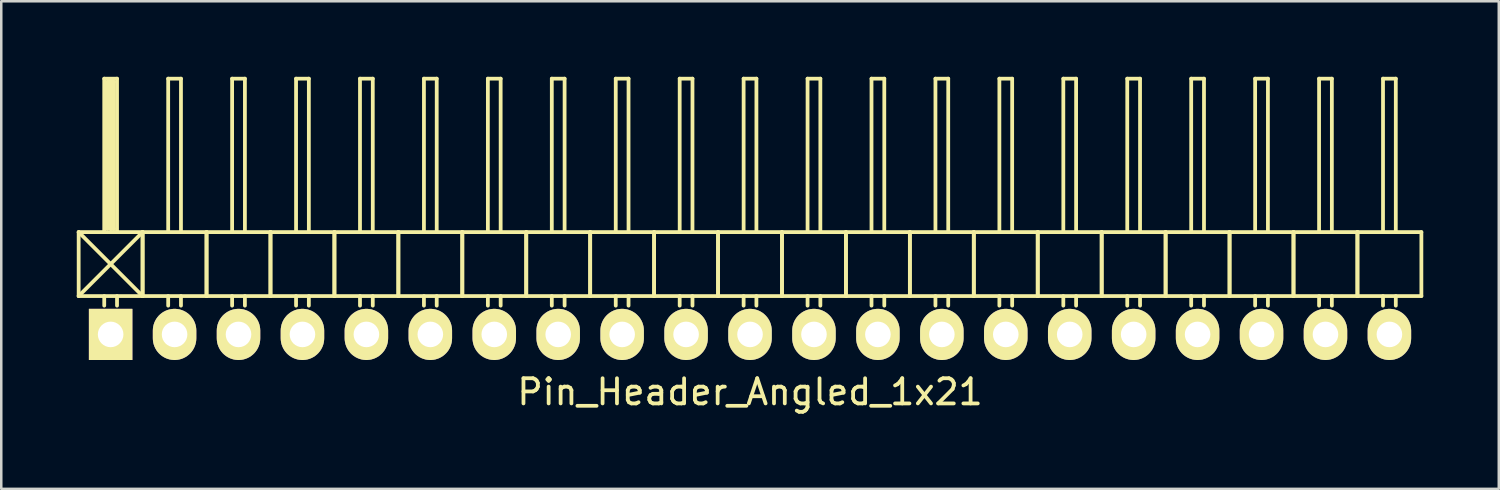
<source format=kicad_pcb>
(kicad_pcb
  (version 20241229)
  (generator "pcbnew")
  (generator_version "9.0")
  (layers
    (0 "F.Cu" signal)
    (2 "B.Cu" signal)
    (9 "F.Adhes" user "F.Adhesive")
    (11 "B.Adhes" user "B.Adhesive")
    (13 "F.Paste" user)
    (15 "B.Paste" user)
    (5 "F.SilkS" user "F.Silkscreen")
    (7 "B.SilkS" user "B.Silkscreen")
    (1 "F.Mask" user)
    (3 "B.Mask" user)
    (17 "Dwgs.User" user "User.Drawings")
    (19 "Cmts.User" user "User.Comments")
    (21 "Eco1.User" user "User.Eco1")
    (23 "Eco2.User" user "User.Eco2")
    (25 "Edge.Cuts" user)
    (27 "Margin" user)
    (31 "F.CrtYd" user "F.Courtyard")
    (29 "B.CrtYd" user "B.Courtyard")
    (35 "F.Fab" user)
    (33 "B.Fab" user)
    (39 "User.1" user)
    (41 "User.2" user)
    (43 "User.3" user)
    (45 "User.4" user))
  (footprint "Pin_Header_Angled_1x21"
    (layer "F.Cu")
    (at 26.745 10.235)
    (property "Reference" "Pin_Header_Angled_1x21" (at 0 2.286 0) (layer "F.SilkS") (effects (font (size 1 1) (thickness 0.15))))
    (attr through_hole)
    (fp_line (start -26.67 -4.064) (end -24.13 -1.524) (stroke (width 0.15) (type solid)) (layer "F.SilkS"))
    (fp_line (start -26.67 -1.524) (end -26.67 -4.064) (stroke (width 0.15) (type solid)) (layer "F.SilkS"))
    (fp_line (start -26.67 -1.524) (end -24.13 -1.524) (stroke (width 0.15) (type solid)) (layer "F.SilkS"))
    (fp_line (start -25.654 -10.16) (end -25.146 -10.16) (stroke (width 0.15) (type solid)) (layer "F.SilkS"))
    (fp_line (start -25.654 -4.064) (end -25.654 -10.16) (stroke (width 0.15) (type solid)) (layer "F.SilkS"))
    (fp_line (start -25.654 -1.524) (end -25.654 -1.143) (stroke (width 0.15) (type solid)) (layer "F.SilkS"))
    (fp_line (start -25.527 -10.033) (end -25.273 -10.033) (stroke (width 0.15) (type solid)) (layer "F.SilkS"))
    (fp_line (start -25.527 -4.191) (end -25.527 -10.033) (stroke (width 0.15) (type solid)) (layer "F.SilkS"))
    (fp_line (start -25.4 -4.191) (end -25.4 -10.033) (stroke (width 0.15) (type solid)) (layer "F.SilkS"))
    (fp_line (start -25.273 -10.033) (end -25.273 -4.191) (stroke (width 0.15) (type solid)) (layer "F.SilkS"))
    (fp_line (start -25.273 -4.191) (end -25.4 -4.191) (stroke (width 0.15) (type solid)) (layer "F.SilkS"))
    (fp_line (start -25.146 -10.16) (end -25.146 -4.064) (stroke (width 0.15) (type solid)) (layer "F.SilkS"))
    (fp_line (start -25.146 -1.524) (end -25.146 -1.143) (stroke (width 0.15) (type solid)) (layer "F.SilkS"))
    (fp_line (start -24.13 -4.064) (end -26.67 -4.064) (stroke (width 0.15) (type solid)) (layer "F.SilkS"))
    (fp_line (start -24.13 -4.064) (end -26.67 -1.524) (stroke (width 0.15) (type solid)) (layer "F.SilkS"))
    (fp_line (start -24.13 -1.524) (end -24.13 -4.064) (stroke (width 0.15) (type solid)) (layer "F.SilkS"))
    (fp_line (start -24.13 -1.524) (end -24.13 -4.064) (stroke (width 0.15) (type solid)) (layer "F.SilkS"))
    (fp_line (start -24.13 -1.524) (end -21.59 -1.524) (stroke (width 0.15) (type solid)) (layer "F.SilkS"))
    (fp_line (start -23.114 -10.16) (end -22.606 -10.16) (stroke (width 0.15) (type solid)) (layer "F.SilkS"))
    (fp_line (start -23.114 -4.064) (end -23.114 -10.16) (stroke (width 0.15) (type solid)) (layer "F.SilkS"))
    (fp_line (start -23.114 -1.524) (end -23.114 -1.143) (stroke (width 0.15) (type solid)) (layer "F.SilkS"))
    (fp_line (start -22.606 -10.16) (end -22.606 -4.064) (stroke (width 0.15) (type solid)) (layer "F.SilkS"))
    (fp_line (start -22.606 -1.524) (end -22.606 -1.143) (stroke (width 0.15) (type solid)) (layer "F.SilkS"))
    (fp_line (start -21.59 -4.064) (end -24.13 -4.064) (stroke (width 0.15) (type solid)) (layer "F.SilkS"))
    (fp_line (start -21.59 -1.524) (end -21.59 -4.064) (stroke (width 0.15) (type solid)) (layer "F.SilkS"))
    (fp_line (start -21.59 -1.524) (end -21.59 -4.064) (stroke (width 0.15) (type solid)) (layer "F.SilkS"))
    (fp_line (start -21.59 -1.524) (end -19.05 -1.524) (stroke (width 0.15) (type solid)) (layer "F.SilkS"))
    (fp_line (start -20.574 -10.16) (end -20.066 -10.16) (stroke (width 0.15) (type solid)) (layer "F.SilkS"))
    (fp_line (start -20.574 -4.064) (end -20.574 -10.16) (stroke (width 0.15) (type solid)) (layer "F.SilkS"))
    (fp_line (start -20.574 -1.524) (end -20.574 -1.143) (stroke (width 0.15) (type solid)) (layer "F.SilkS"))
    (fp_line (start -20.066 -10.16) (end -20.066 -4.064) (stroke (width 0.15) (type solid)) (layer "F.SilkS"))
    (fp_line (start -20.066 -1.524) (end -20.066 -1.143) (stroke (width 0.15) (type solid)) (layer "F.SilkS"))
    (fp_line (start -19.05 -4.064) (end -21.59 -4.064) (stroke (width 0.15) (type solid)) (layer "F.SilkS"))
    (fp_line (start -19.05 -1.524) (end -19.05 -4.064) (stroke (width 0.15) (type solid)) (layer "F.SilkS"))
    (fp_line (start -19.05 -1.524) (end -19.05 -4.064) (stroke (width 0.15) (type solid)) (layer "F.SilkS"))
    (fp_line (start -19.05 -1.524) (end -16.51 -1.524) (stroke (width 0.15) (type solid)) (layer "F.SilkS"))
    (fp_line (start -18.034 -10.16) (end -17.526 -10.16) (stroke (width 0.15) (type solid)) (layer "F.SilkS"))
    (fp_line (start -18.034 -4.064) (end -18.034 -10.16) (stroke (width 0.15) (type solid)) (layer "F.SilkS"))
    (fp_line (start -18.034 -1.524) (end -18.034 -1.143) (stroke (width 0.15) (type solid)) (layer "F.SilkS"))
    (fp_line (start -17.526 -10.16) (end -17.526 -4.064) (stroke (width 0.15) (type solid)) (layer "F.SilkS"))
    (fp_line (start -17.526 -1.524) (end -17.526 -1.143) (stroke (width 0.15) (type solid)) (layer "F.SilkS"))
    (fp_line (start -16.51 -4.064) (end -19.05 -4.064) (stroke (width 0.15) (type solid)) (layer "F.SilkS"))
    (fp_line (start -16.51 -1.524) (end -16.51 -4.064) (stroke (width 0.15) (type solid)) (layer "F.SilkS"))
    (fp_line (start -16.51 -1.524) (end -16.51 -4.064) (stroke (width 0.15) (type solid)) (layer "F.SilkS"))
    (fp_line (start -16.51 -1.524) (end -13.97 -1.524) (stroke (width 0.15) (type solid)) (layer "F.SilkS"))
    (fp_line (start -15.494 -10.16) (end -14.986 -10.16) (stroke (width 0.15) (type solid)) (layer "F.SilkS"))
    (fp_line (start -15.494 -4.064) (end -15.494 -10.16) (stroke (width 0.15) (type solid)) (layer "F.SilkS"))
    (fp_line (start -15.494 -1.524) (end -15.494 -1.143) (stroke (width 0.15) (type solid)) (layer "F.SilkS"))
    (fp_line (start -14.986 -10.16) (end -14.986 -4.064) (stroke (width 0.15) (type solid)) (layer "F.SilkS"))
    (fp_line (start -14.986 -1.524) (end -14.986 -1.143) (stroke (width 0.15) (type solid)) (layer "F.SilkS"))
    (fp_line (start -13.97 -4.064) (end -16.51 -4.064) (stroke (width 0.15) (type solid)) (layer "F.SilkS"))
    (fp_line (start -13.97 -1.524) (end -13.97 -4.064) (stroke (width 0.15) (type solid)) (layer "F.SilkS"))
    (fp_line (start -13.97 -1.524) (end -13.97 -4.064) (stroke (width 0.15) (type solid)) (layer "F.SilkS"))
    (fp_line (start -13.97 -1.524) (end -11.43 -1.524) (stroke (width 0.15) (type solid)) (layer "F.SilkS"))
    (fp_line (start -12.954 -10.16) (end -12.446 -10.16) (stroke (width 0.15) (type solid)) (layer "F.SilkS"))
    (fp_line (start -12.954 -4.064) (end -12.954 -10.16) (stroke (width 0.15) (type solid)) (layer "F.SilkS"))
    (fp_line (start -12.954 -1.524) (end -12.954 -1.143) (stroke (width 0.15) (type solid)) (layer "F.SilkS"))
    (fp_line (start -12.446 -10.16) (end -12.446 -4.064) (stroke (width 0.15) (type solid)) (layer "F.SilkS"))
    (fp_line (start -12.446 -1.524) (end -12.446 -1.143) (stroke (width 0.15) (type solid)) (layer "F.SilkS"))
    (fp_line (start -11.43 -4.064) (end -13.97 -4.064) (stroke (width 0.15) (type solid)) (layer "F.SilkS"))
    (fp_line (start -11.43 -1.524) (end -11.43 -4.064) (stroke (width 0.15) (type solid)) (layer "F.SilkS"))
    (fp_line (start -11.43 -1.524) (end -11.43 -4.064) (stroke (width 0.15) (type solid)) (layer "F.SilkS"))
    (fp_line (start -11.43 -1.524) (end -8.89 -1.524) (stroke (width 0.15) (type solid)) (layer "F.SilkS"))
    (fp_line (start -10.414 -10.16) (end -9.906 -10.16) (stroke (width 0.15) (type solid)) (layer "F.SilkS"))
    (fp_line (start -10.414 -4.064) (end -10.414 -10.16) (stroke (width 0.15) (type solid)) (layer "F.SilkS"))
    (fp_line (start -10.414 -1.524) (end -10.414 -1.143) (stroke (width 0.15) (type solid)) (layer "F.SilkS"))
    (fp_line (start -9.906 -10.16) (end -9.906 -4.064) (stroke (width 0.15) (type solid)) (layer "F.SilkS"))
    (fp_line (start -9.906 -1.524) (end -9.906 -1.143) (stroke (width 0.15) (type solid)) (layer "F.SilkS"))
    (fp_line (start -8.89 -4.064) (end -11.43 -4.064) (stroke (width 0.15) (type solid)) (layer "F.SilkS"))
    (fp_line (start -8.89 -1.524) (end -8.89 -4.064) (stroke (width 0.15) (type solid)) (layer "F.SilkS"))
    (fp_line (start -8.89 -1.524) (end -8.89 -4.064) (stroke (width 0.15) (type solid)) (layer "F.SilkS"))
    (fp_line (start -8.89 -1.524) (end -6.35 -1.524) (stroke (width 0.15) (type solid)) (layer "F.SilkS"))
    (fp_line (start -7.874 -10.16) (end -7.366 -10.16) (stroke (width 0.15) (type solid)) (layer "F.SilkS"))
    (fp_line (start -7.874 -4.064) (end -7.874 -10.16) (stroke (width 0.15) (type solid)) (layer "F.SilkS"))
    (fp_line (start -7.874 -1.524) (end -7.874 -1.143) (stroke (width 0.15) (type solid)) (layer "F.SilkS"))
    (fp_line (start -7.366 -10.16) (end -7.366 -4.064) (stroke (width 0.15) (type solid)) (layer "F.SilkS"))
    (fp_line (start -7.366 -1.524) (end -7.366 -1.143) (stroke (width 0.15) (type solid)) (layer "F.SilkS"))
    (fp_line (start -6.35 -4.064) (end -8.89 -4.064) (stroke (width 0.15) (type solid)) (layer "F.SilkS"))
    (fp_line (start -6.35 -1.524) (end -6.35 -4.064) (stroke (width 0.15) (type solid)) (layer "F.SilkS"))
    (fp_line (start -6.35 -1.524) (end -6.35 -4.064) (stroke (width 0.15) (type solid)) (layer "F.SilkS"))
    (fp_line (start -6.35 -1.524) (end -3.81 -1.524) (stroke (width 0.15) (type solid)) (layer "F.SilkS"))
    (fp_line (start -5.334 -10.16) (end -4.826 -10.16) (stroke (width 0.15) (type solid)) (layer "F.SilkS"))
    (fp_line (start -5.334 -4.064) (end -5.334 -10.16) (stroke (width 0.15) (type solid)) (layer "F.SilkS"))
    (fp_line (start -5.334 -1.524) (end -5.334 -1.143) (stroke (width 0.15) (type solid)) (layer "F.SilkS"))
    (fp_line (start -4.826 -10.16) (end -4.826 -4.064) (stroke (width 0.15) (type solid)) (layer "F.SilkS"))
    (fp_line (start -4.826 -1.524) (end -4.826 -1.143) (stroke (width 0.15) (type solid)) (layer "F.SilkS"))
    (fp_line (start -3.81 -4.064) (end -6.35 -4.064) (stroke (width 0.15) (type solid)) (layer "F.SilkS"))
    (fp_line (start -3.81 -1.524) (end -3.81 -4.064) (stroke (width 0.15) (type solid)) (layer "F.SilkS"))
    (fp_line (start -3.81 -1.524) (end -3.81 -4.064) (stroke (width 0.15) (type solid)) (layer "F.SilkS"))
    (fp_line (start -3.81 -1.524) (end -1.27 -1.524) (stroke (width 0.15) (type solid)) (layer "F.SilkS"))
    (fp_line (start -2.794 -10.16) (end -2.286 -10.16) (stroke (width 0.15) (type solid)) (layer "F.SilkS"))
    (fp_line (start -2.794 -4.064) (end -2.794 -10.16) (stroke (width 0.15) (type solid)) (layer "F.SilkS"))
    (fp_line (start -2.794 -1.524) (end -2.794 -1.143) (stroke (width 0.15) (type solid)) (layer "F.SilkS"))
    (fp_line (start -2.286 -10.16) (end -2.286 -4.064) (stroke (width 0.15) (type solid)) (layer "F.SilkS"))
    (fp_line (start -2.286 -1.524) (end -2.286 -1.143) (stroke (width 0.15) (type solid)) (layer "F.SilkS"))
    (fp_line (start -1.27 -4.064) (end -3.81 -4.064) (stroke (width 0.15) (type solid)) (layer "F.SilkS"))
    (fp_line (start -1.27 -1.524) (end -1.27 -4.064) (stroke (width 0.15) (type solid)) (layer "F.SilkS"))
    (fp_line (start -1.27 -1.524) (end -1.27 -4.064) (stroke (width 0.15) (type solid)) (layer "F.SilkS"))
    (fp_line (start -1.27 -1.524) (end 1.27 -1.524) (stroke (width 0.15) (type solid)) (layer "F.SilkS"))
    (fp_line (start -0.254 -10.16) (end 0.254 -10.16) (stroke (width 0.15) (type solid)) (layer "F.SilkS"))
    (fp_line (start -0.254 -4.064) (end -0.254 -10.16) (stroke (width 0.15) (type solid)) (layer "F.SilkS"))
    (fp_line (start -0.254 -1.524) (end -0.254 -1.143) (stroke (width 0.15) (type solid)) (layer "F.SilkS"))
    (fp_line (start 0.254 -10.16) (end 0.254 -4.064) (stroke (width 0.15) (type solid)) (layer "F.SilkS"))
    (fp_line (start 0.254 -1.524) (end 0.254 -1.143) (stroke (width 0.15) (type solid)) (layer "F.SilkS"))
    (fp_line (start 1.27 -4.064) (end -1.27 -4.064) (stroke (width 0.15) (type solid)) (layer "F.SilkS"))
    (fp_line (start 1.27 -1.524) (end 1.27 -4.064) (stroke (width 0.15) (type solid)) (layer "F.SilkS"))
    (fp_line (start 1.27 -1.524) (end 1.27 -4.064) (stroke (width 0.15) (type solid)) (layer "F.SilkS"))
    (fp_line (start 1.27 -1.524) (end 3.81 -1.524) (stroke (width 0.15) (type solid)) (layer "F.SilkS"))
    (fp_line (start 2.286 -10.16) (end 2.794 -10.16) (stroke (width 0.15) (type solid)) (layer "F.SilkS"))
    (fp_line (start 2.286 -4.064) (end 2.286 -10.16) (stroke (width 0.15) (type solid)) (layer "F.SilkS"))
    (fp_line (start 2.286 -1.524) (end 2.286 -1.143) (stroke (width 0.15) (type solid)) (layer "F.SilkS"))
    (fp_line (start 2.794 -10.16) (end 2.794 -4.064) (stroke (width 0.15) (type solid)) (layer "F.SilkS"))
    (fp_line (start 2.794 -1.524) (end 2.794 -1.143) (stroke (width 0.15) (type solid)) (layer "F.SilkS"))
    (fp_line (start 3.81 -4.064) (end 1.27 -4.064) (stroke (width 0.15) (type solid)) (layer "F.SilkS"))
    (fp_line (start 3.81 -1.524) (end 3.81 -4.064) (stroke (width 0.15) (type solid)) (layer "F.SilkS"))
    (fp_line (start 3.81 -1.524) (end 3.81 -4.064) (stroke (width 0.15) (type solid)) (layer "F.SilkS"))
    (fp_line (start 3.81 -1.524) (end 6.35 -1.524) (stroke (width 0.15) (type solid)) (layer "F.SilkS"))
    (fp_line (start 4.826 -10.16) (end 5.334 -10.16) (stroke (width 0.15) (type solid)) (layer "F.SilkS"))
    (fp_line (start 4.826 -4.064) (end 4.826 -10.16) (stroke (width 0.15) (type solid)) (layer "F.SilkS"))
    (fp_line (start 4.826 -1.524) (end 4.826 -1.143) (stroke (width 0.15) (type solid)) (layer "F.SilkS"))
    (fp_line (start 5.334 -10.16) (end 5.334 -4.064) (stroke (width 0.15) (type solid)) (layer "F.SilkS"))
    (fp_line (start 5.334 -1.524) (end 5.334 -1.143) (stroke (width 0.15) (type solid)) (layer "F.SilkS"))
    (fp_line (start 6.35 -4.064) (end 3.81 -4.064) (stroke (width 0.15) (type solid)) (layer "F.SilkS"))
    (fp_line (start 6.35 -1.524) (end 6.35 -4.064) (stroke (width 0.15) (type solid)) (layer "F.SilkS"))
    (fp_line (start 6.35 -1.524) (end 6.35 -4.064) (stroke (width 0.15) (type solid)) (layer "F.SilkS"))
    (fp_line (start 6.35 -1.524) (end 8.89 -1.524) (stroke (width 0.15) (type solid)) (layer "F.SilkS"))
    (fp_line (start 7.366 -10.16) (end 7.874 -10.16) (stroke (width 0.15) (type solid)) (layer "F.SilkS"))
    (fp_line (start 7.366 -4.064) (end 7.366 -10.16) (stroke (width 0.15) (type solid)) (layer "F.SilkS"))
    (fp_line (start 7.366 -1.524) (end 7.366 -1.143) (stroke (width 0.15) (type solid)) (layer "F.SilkS"))
    (fp_line (start 7.874 -10.16) (end 7.874 -4.064) (stroke (width 0.15) (type solid)) (layer "F.SilkS"))
    (fp_line (start 7.874 -1.524) (end 7.874 -1.143) (stroke (width 0.15) (type solid)) (layer "F.SilkS"))
    (fp_line (start 8.89 -4.064) (end 6.35 -4.064) (stroke (width 0.15) (type solid)) (layer "F.SilkS"))
    (fp_line (start 8.89 -1.524) (end 8.89 -4.064) (stroke (width 0.15) (type solid)) (layer "F.SilkS"))
    (fp_line (start 8.89 -1.524) (end 8.89 -4.064) (stroke (width 0.15) (type solid)) (layer "F.SilkS"))
    (fp_line (start 8.89 -1.524) (end 11.43 -1.524) (stroke (width 0.15) (type solid)) (layer "F.SilkS"))
    (fp_line (start 9.906 -10.16) (end 10.414 -10.16) (stroke (width 0.15) (type solid)) (layer "F.SilkS"))
    (fp_line (start 9.906 -4.064) (end 9.906 -10.16) (stroke (width 0.15) (type solid)) (layer "F.SilkS"))
    (fp_line (start 9.906 -1.524) (end 9.906 -1.143) (stroke (width 0.15) (type solid)) (layer "F.SilkS"))
    (fp_line (start 10.414 -10.16) (end 10.414 -4.064) (stroke (width 0.15) (type solid)) (layer "F.SilkS"))
    (fp_line (start 10.414 -1.524) (end 10.414 -1.143) (stroke (width 0.15) (type solid)) (layer "F.SilkS"))
    (fp_line (start 11.43 -4.064) (end 8.89 -4.064) (stroke (width 0.15) (type solid)) (layer "F.SilkS"))
    (fp_line (start 11.43 -1.524) (end 11.43 -4.064) (stroke (width 0.15) (type solid)) (layer "F.SilkS"))
    (fp_line (start 11.43 -1.524) (end 11.43 -4.064) (stroke (width 0.15) (type solid)) (layer "F.SilkS"))
    (fp_line (start 11.43 -1.524) (end 13.97 -1.524) (stroke (width 0.15) (type solid)) (layer "F.SilkS"))
    (fp_line (start 12.446 -10.16) (end 12.954 -10.16) (stroke (width 0.15) (type solid)) (layer "F.SilkS"))
    (fp_line (start 12.446 -4.064) (end 12.446 -10.16) (stroke (width 0.15) (type solid)) (layer "F.SilkS"))
    (fp_line (start 12.446 -1.524) (end 12.446 -1.143) (stroke (width 0.15) (type solid)) (layer "F.SilkS"))
    (fp_line (start 12.954 -10.16) (end 12.954 -4.064) (stroke (width 0.15) (type solid)) (layer "F.SilkS"))
    (fp_line (start 12.954 -1.524) (end 12.954 -1.143) (stroke (width 0.15) (type solid)) (layer "F.SilkS"))
    (fp_line (start 13.97 -4.064) (end 11.43 -4.064) (stroke (width 0.15) (type solid)) (layer "F.SilkS"))
    (fp_line (start 13.97 -1.524) (end 13.97 -4.064) (stroke (width 0.15) (type solid)) (layer "F.SilkS"))
    (fp_line (start 13.97 -1.524) (end 13.97 -4.064) (stroke (width 0.15) (type solid)) (layer "F.SilkS"))
    (fp_line (start 13.97 -1.524) (end 16.51 -1.524) (stroke (width 0.15) (type solid)) (layer "F.SilkS"))
    (fp_line (start 14.986 -10.16) (end 15.494 -10.16) (stroke (width 0.15) (type solid)) (layer "F.SilkS"))
    (fp_line (start 14.986 -4.064) (end 14.986 -10.16) (stroke (width 0.15) (type solid)) (layer "F.SilkS"))
    (fp_line (start 14.986 -1.524) (end 14.986 -1.143) (stroke (width 0.15) (type solid)) (layer "F.SilkS"))
    (fp_line (start 15.494 -10.16) (end 15.494 -4.064) (stroke (width 0.15) (type solid)) (layer "F.SilkS"))
    (fp_line (start 15.494 -1.524) (end 15.494 -1.143) (stroke (width 0.15) (type solid)) (layer "F.SilkS"))
    (fp_line (start 16.51 -4.064) (end 13.97 -4.064) (stroke (width 0.15) (type solid)) (layer "F.SilkS"))
    (fp_line (start 16.51 -1.524) (end 16.51 -4.064) (stroke (width 0.15) (type solid)) (layer "F.SilkS"))
    (fp_line (start 16.51 -1.524) (end 16.51 -4.064) (stroke (width 0.15) (type solid)) (layer "F.SilkS"))
    (fp_line (start 16.51 -1.524) (end 19.05 -1.524) (stroke (width 0.15) (type solid)) (layer "F.SilkS"))
    (fp_line (start 17.526 -10.16) (end 18.034 -10.16) (stroke (width 0.15) (type solid)) (layer "F.SilkS"))
    (fp_line (start 17.526 -4.064) (end 17.526 -10.16) (stroke (width 0.15) (type solid)) (layer "F.SilkS"))
    (fp_line (start 17.526 -1.524) (end 17.526 -1.143) (stroke (width 0.15) (type solid)) (layer "F.SilkS"))
    (fp_line (start 18.034 -10.16) (end 18.034 -4.064) (stroke (width 0.15) (type solid)) (layer "F.SilkS"))
    (fp_line (start 18.034 -1.524) (end 18.034 -1.143) (stroke (width 0.15) (type solid)) (layer "F.SilkS"))
    (fp_line (start 19.05 -4.064) (end 16.51 -4.064) (stroke (width 0.15) (type solid)) (layer "F.SilkS"))
    (fp_line (start 19.05 -1.524) (end 19.05 -4.064) (stroke (width 0.15) (type solid)) (layer "F.SilkS"))
    (fp_line (start 19.05 -1.524) (end 19.05 -4.064) (stroke (width 0.15) (type solid)) (layer "F.SilkS"))
    (fp_line (start 19.05 -1.524) (end 21.59 -1.524) (stroke (width 0.15) (type solid)) (layer "F.SilkS"))
    (fp_line (start 20.066 -10.16) (end 20.574 -10.16) (stroke (width 0.15) (type solid)) (layer "F.SilkS"))
    (fp_line (start 20.066 -4.064) (end 20.066 -10.16) (stroke (width 0.15) (type solid)) (layer "F.SilkS"))
    (fp_line (start 20.066 -1.524) (end 20.066 -1.143) (stroke (width 0.15) (type solid)) (layer "F.SilkS"))
    (fp_line (start 20.574 -10.16) (end 20.574 -4.064) (stroke (width 0.15) (type solid)) (layer "F.SilkS"))
    (fp_line (start 20.574 -1.524) (end 20.574 -1.143) (stroke (width 0.15) (type solid)) (layer "F.SilkS"))
    (fp_line (start 21.59 -4.064) (end 19.05 -4.064) (stroke (width 0.15) (type solid)) (layer "F.SilkS"))
    (fp_line (start 21.59 -1.524) (end 21.59 -4.064) (stroke (width 0.15) (type solid)) (layer "F.SilkS"))
    (fp_line (start 21.59 -1.524) (end 21.59 -4.064) (stroke (width 0.15) (type solid)) (layer "F.SilkS"))
    (fp_line (start 21.59 -1.524) (end 24.13 -1.524) (stroke (width 0.15) (type solid)) (layer "F.SilkS"))
    (fp_line (start 22.606 -10.16) (end 23.114 -10.16) (stroke (width 0.15) (type solid)) (layer "F.SilkS"))
    (fp_line (start 22.606 -4.064) (end 22.606 -10.16) (stroke (width 0.15) (type solid)) (layer "F.SilkS"))
    (fp_line (start 22.606 -1.524) (end 22.606 -1.143) (stroke (width 0.15) (type solid)) (layer "F.SilkS"))
    (fp_line (start 23.114 -10.16) (end 23.114 -4.064) (stroke (width 0.15) (type solid)) (layer "F.SilkS"))
    (fp_line (start 23.114 -1.524) (end 23.114 -1.143) (stroke (width 0.15) (type solid)) (layer "F.SilkS"))
    (fp_line (start 24.13 -4.064) (end 21.59 -4.064) (stroke (width 0.15) (type solid)) (layer "F.SilkS"))
    (fp_line (start 24.13 -1.524) (end 24.13 -4.064) (stroke (width 0.15) (type solid)) (layer "F.SilkS"))
    (fp_line (start 24.13 -1.524) (end 24.13 -4.064) (stroke (width 0.15) (type solid)) (layer "F.SilkS"))
    (fp_line (start 24.13 -1.524) (end 26.67 -1.524) (stroke (width 0.15) (type solid)) (layer "F.SilkS"))
    (fp_line (start 25.146 -10.16) (end 25.654 -10.16) (stroke (width 0.15) (type solid)) (layer "F.SilkS"))
    (fp_line (start 25.146 -4.064) (end 25.146 -10.16) (stroke (width 0.15) (type solid)) (layer "F.SilkS"))
    (fp_line (start 25.146 -1.524) (end 25.146 -1.143) (stroke (width 0.15) (type solid)) (layer "F.SilkS"))
    (fp_line (start 25.654 -10.16) (end 25.654 -4.064) (stroke (width 0.15) (type solid)) (layer "F.SilkS"))
    (fp_line (start 25.654 -1.524) (end 25.654 -1.143) (stroke (width 0.15) (type solid)) (layer "F.SilkS"))
    (fp_line (start 26.67 -4.064) (end 24.13 -4.064) (stroke (width 0.15) (type solid)) (layer "F.SilkS"))
    (fp_line (start 26.67 -1.524) (end 26.67 -4.064) (stroke (width 0.15) (type solid)) (layer "F.SilkS"))
    (pad "1" thru_hole rect (at -25.4 0) (size 1.727 2.032) (drill 1.016) (layers "*.Cu" "*.Mask" "F.SilkS"))
    (pad "2" thru_hole oval (at -22.86 0) (size 1.727 2.032) (drill 1.016) (layers "*.Cu" "*.Mask" "F.SilkS"))
    (pad "3" thru_hole oval (at -20.32 0) (size 1.727 2.032) (drill 1.016) (layers "*.Cu" "*.Mask" "F.SilkS"))
    (pad "4" thru_hole oval (at -17.78 0) (size 1.727 2.032) (drill 1.016) (layers "*.Cu" "*.Mask" "F.SilkS"))
    (pad "5" thru_hole oval (at -15.24 0) (size 1.727 2.032) (drill 1.016) (layers "*.Cu" "*.Mask" "F.SilkS"))
    (pad "6" thru_hole oval (at -12.7 0) (size 1.727 2.032) (drill 1.016) (layers "*.Cu" "*.Mask" "F.SilkS"))
    (pad "7" thru_hole oval (at -10.16 0) (size 1.727 2.032) (drill 1.016) (layers "*.Cu" "*.Mask" "F.SilkS"))
    (pad "8" thru_hole oval (at -7.62 0) (size 1.727 2.032) (drill 1.016) (layers "*.Cu" "*.Mask" "F.SilkS"))
    (pad "9" thru_hole oval (at -5.08 0) (size 1.727 2.032) (drill 1.016) (layers "*.Cu" "*.Mask" "F.SilkS"))
    (pad "10" thru_hole oval (at -2.54 0) (size 1.727 2.032) (drill 1.016) (layers "*.Cu" "*.Mask" "F.SilkS"))
    (pad "11" thru_hole oval (at 0 0) (size 1.727 2.032) (drill 1.016) (layers "*.Cu" "*.Mask" "F.SilkS"))
    (pad "12" thru_hole oval (at 2.54 0) (size 1.727 2.032) (drill 1.016) (layers "*.Cu" "*.Mask" "F.SilkS"))
    (pad "13" thru_hole oval (at 5.08 0) (size 1.727 2.032) (drill 1.016) (layers "*.Cu" "*.Mask" "F.SilkS"))
    (pad "14" thru_hole oval (at 7.62 0) (size 1.727 2.032) (drill 1.016) (layers "*.Cu" "*.Mask" "F.SilkS"))
    (pad "15" thru_hole oval (at 10.16 0) (size 1.727 2.032) (drill 1.016) (layers "*.Cu" "*.Mask" "F.SilkS"))
    (pad "16" thru_hole oval (at 12.7 0) (size 1.727 2.032) (drill 1.016) (layers "*.Cu" "*.Mask" "F.SilkS"))
    (pad "17" thru_hole oval (at 15.24 0) (size 1.727 2.032) (drill 1.016) (layers "*.Cu" "*.Mask" "F.SilkS"))
    (pad "18" thru_hole oval (at 17.78 0) (size 1.727 2.032) (drill 1.016) (layers "*.Cu" "*.Mask" "F.SilkS"))
    (pad "19" thru_hole oval (at 20.32 0) (size 1.727 2.032) (drill 1.016) (layers "*.Cu" "*.Mask" "F.SilkS"))
    (pad "20" thru_hole oval (at 22.86 0) (size 1.727 2.032) (drill 1.016) (layers "*.Cu" "*.Mask" "F.SilkS"))
    (pad "21" thru_hole oval (at 25.4 0) (size 1.727 2.032) (drill 1.016) (layers "*.Cu" "*.Mask" "F.SilkS")))
  (gr_rect
    (start -3 -3)
    (end 56.49 16.369)
    (stroke (width 0.1) (type default))
    (fill no)
    (layer "Edge.Cuts")))
</source>
